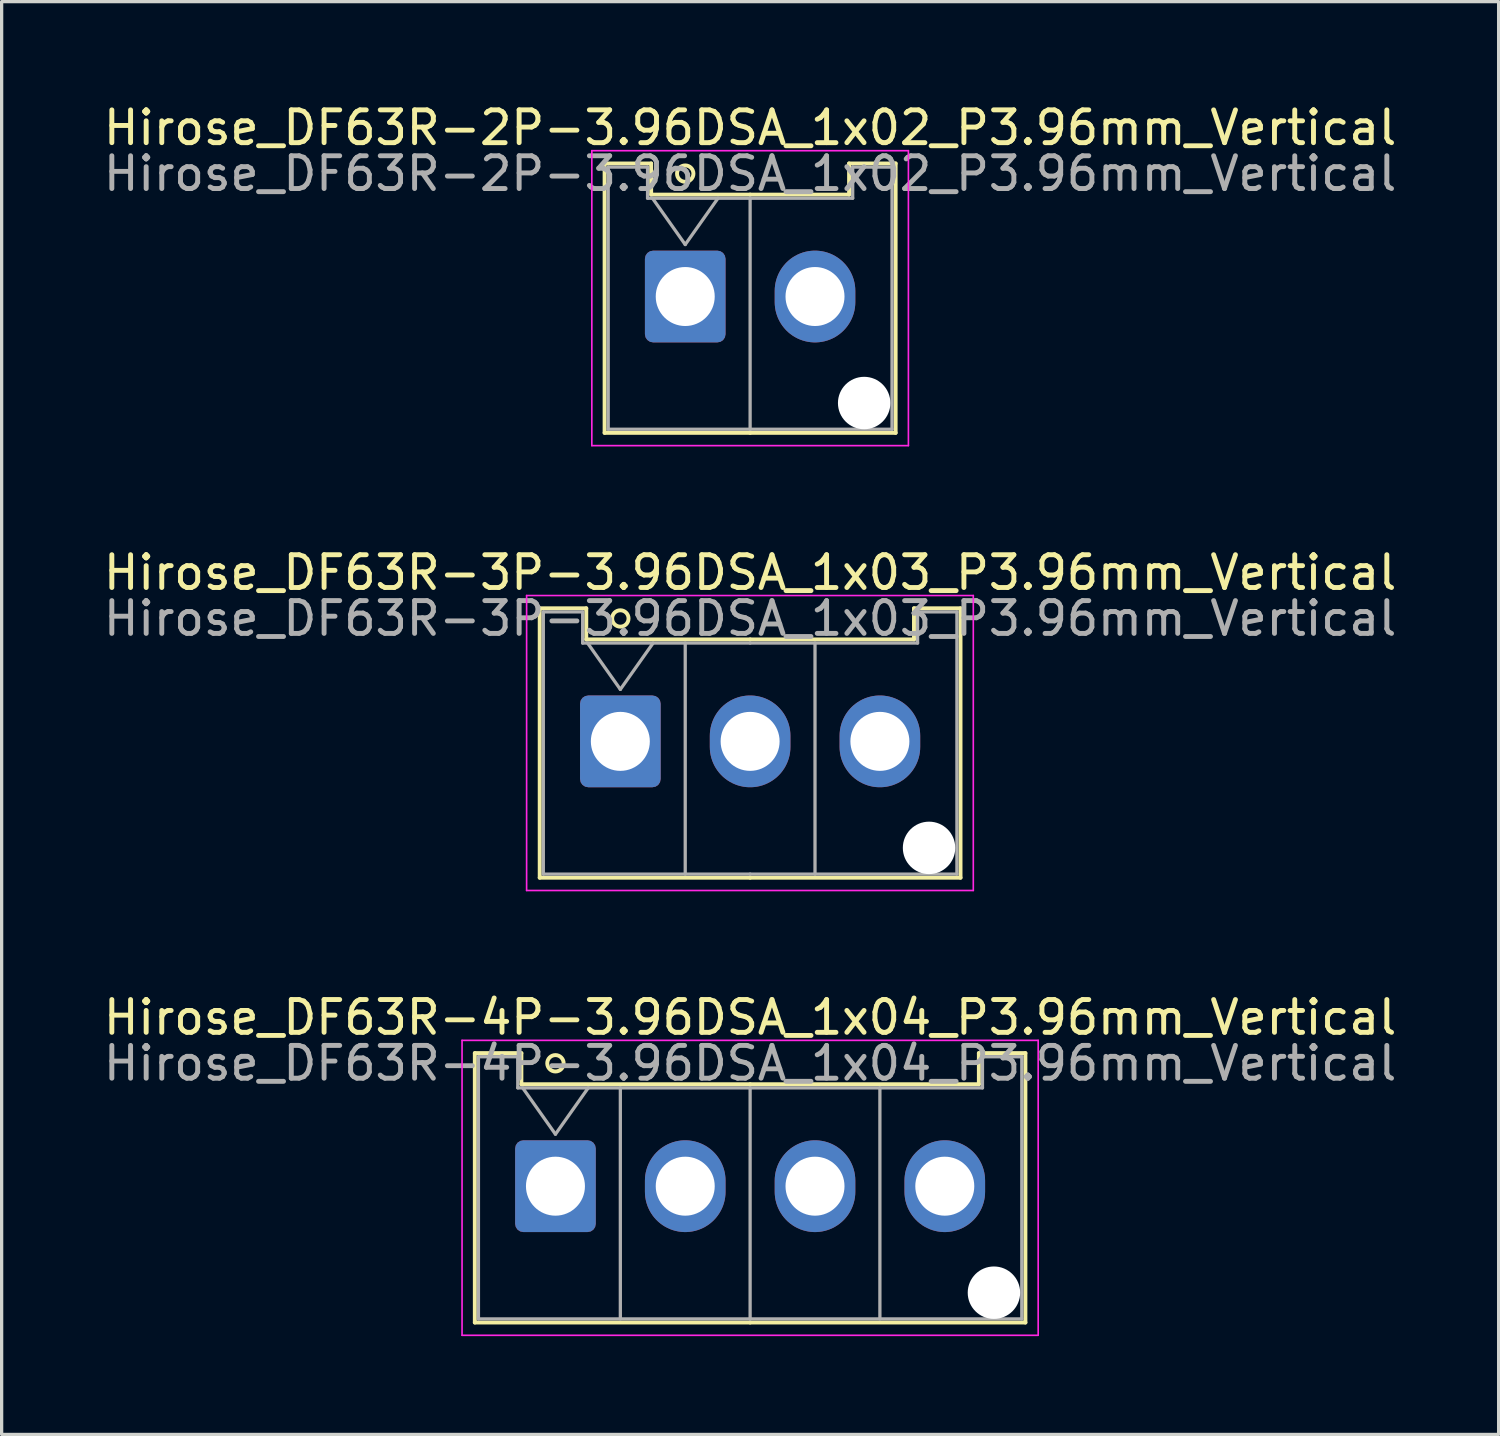
<source format=kicad_pcb>
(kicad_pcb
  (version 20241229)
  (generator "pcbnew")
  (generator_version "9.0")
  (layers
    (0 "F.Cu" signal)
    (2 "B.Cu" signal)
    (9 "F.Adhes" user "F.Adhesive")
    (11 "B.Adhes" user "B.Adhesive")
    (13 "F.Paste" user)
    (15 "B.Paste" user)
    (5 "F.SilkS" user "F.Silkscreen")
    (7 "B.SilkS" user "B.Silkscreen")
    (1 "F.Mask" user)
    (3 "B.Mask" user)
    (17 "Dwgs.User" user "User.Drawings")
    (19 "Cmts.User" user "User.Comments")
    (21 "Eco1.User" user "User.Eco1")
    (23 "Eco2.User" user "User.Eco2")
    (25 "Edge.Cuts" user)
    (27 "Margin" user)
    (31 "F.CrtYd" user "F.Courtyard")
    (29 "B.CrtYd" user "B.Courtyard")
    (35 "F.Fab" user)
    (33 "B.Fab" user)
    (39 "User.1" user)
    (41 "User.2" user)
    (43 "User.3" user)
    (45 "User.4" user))
  (footprint "Hirose_DF63R-2P-3.96DSA_1x02_P3.96mm_Vertical"
    (layer "F.Cu")
    (at 17.859 5.998)
    (property "Reference" "Hirose_DF63R-2P-3.96DSA_1x02_P3.96mm_Vertical" (at 1.98 -5.15 0) (layer "F.SilkS") (effects (font (size 1 1) (thickness 0.15))))
    (attr through_hole)
    (fp_line (start -2.46 -4.06) (end -1.04 -4.06) (stroke (width 0.12) (type solid)) (layer "F.SilkS"))
    (fp_line (start -2.46 4.16) (end -2.46 -4.06) (stroke (width 0.12) (type solid)) (layer "F.SilkS"))
    (fp_line (start -1.04 -4.06) (end -1.04 -3.11) (stroke (width 0.12) (type solid)) (layer "F.SilkS"))
    (fp_line (start -1.04 -3.11) (end 1.98 -3.11) (stroke (width 0.12) (type solid)) (layer "F.SilkS"))
    (fp_line (start 1.98 4.16) (end -2.46 4.16) (stroke (width 0.12) (type solid)) (layer "F.SilkS"))
    (fp_line (start 1.98 4.16) (end 6.42 4.16) (stroke (width 0.12) (type solid)) (layer "F.SilkS"))
    (fp_line (start 5 -4.06) (end 5 -3.11) (stroke (width 0.12) (type solid)) (layer "F.SilkS"))
    (fp_line (start 5 -3.11) (end 1.98 -3.11) (stroke (width 0.12) (type solid)) (layer "F.SilkS"))
    (fp_line (start 6.42 -4.06) (end 5 -4.06) (stroke (width 0.12) (type solid)) (layer "F.SilkS"))
    (fp_line (start 6.42 4.16) (end 6.42 -4.06) (stroke (width 0.12) (type solid)) (layer "F.SilkS"))
    (fp_circle (center 0 -3.75) (end 0.25 -3.75) (stroke (width 0.12) (type solid)) (fill no) (layer "F.SilkS"))
    (fp_line (start -2.85 -4.45) (end -2.85 4.55) (stroke (width 0.05) (type solid)) (layer "F.CrtYd"))
    (fp_line (start -2.85 4.55) (end 6.81 4.55) (stroke (width 0.05) (type solid)) (layer "F.CrtYd"))
    (fp_line (start 6.81 -4.45) (end -2.85 -4.45) (stroke (width 0.05) (type solid)) (layer "F.CrtYd"))
    (fp_line (start 6.81 4.55) (end 6.81 -4.45) (stroke (width 0.05) (type solid)) (layer "F.CrtYd"))
    (fp_line (start -2.35 -3.95) (end -1.15 -3.95) (stroke (width 0.1) (type solid)) (layer "F.Fab"))
    (fp_line (start -2.35 4.05) (end -2.35 -3.95) (stroke (width 0.1) (type solid)) (layer "F.Fab"))
    (fp_line (start -1.15 -3.95) (end -1.15 -3) (stroke (width 0.1) (type solid)) (layer "F.Fab"))
    (fp_line (start -1.15 -3) (end 1.98 -3) (stroke (width 0.1) (type solid)) (layer "F.Fab"))
    (fp_line (start -1 -3) (end 0 -1.586) (stroke (width 0.1) (type solid)) (layer "F.Fab"))
    (fp_line (start 0 -1.586) (end 1 -3) (stroke (width 0.1) (type solid)) (layer "F.Fab"))
    (fp_line (start 1.98 -3) (end 1.98 4.05) (stroke (width 0.1) (type solid)) (layer "F.Fab"))
    (fp_line (start 1.98 4.05) (end -2.35 4.05) (stroke (width 0.1) (type solid)) (layer "F.Fab"))
    (fp_line (start 1.98 4.05) (end 6.31 4.05) (stroke (width 0.1) (type solid)) (layer "F.Fab"))
    (fp_line (start 5.11 -3.95) (end 5.11 -3) (stroke (width 0.1) (type solid)) (layer "F.Fab"))
    (fp_line (start 5.11 -3) (end 1.98 -3) (stroke (width 0.1) (type solid)) (layer "F.Fab"))
    (fp_line (start 6.31 -3.95) (end 5.11 -3.95) (stroke (width 0.1) (type solid)) (layer "F.Fab"))
    (fp_line (start 6.31 4.05) (end 6.31 -3.95) (stroke (width 0.1) (type solid)) (layer "F.Fab"))
    (fp_text user "${REFERENCE}" (at 1.98 -3.75 0) (layer "F.Fab") (effects (font (size 1 1) (thickness 0.15))))
    (pad "" np_thru_hole circle (at 5.46 3.25) (size 1.6 1.6) (drill 1.6) (layers "*.Cu" "*.Mask"))
    (pad "1" thru_hole roundrect (at 0 0) (size 2.46 2.8) (drill 1.8) (layers "*.Cu" "*.Mask") (roundrect_rratio 0.102))
    (pad "2" thru_hole oval (at 3.96 0) (size 2.46 2.8) (drill 1.8) (layers "*.Cu" "*.Mask")))
  (footprint "Hirose_DF63R-3P-3.96DSA_1x03_P3.96mm_Vertical"
    (layer "F.Cu")
    (at 15.879 19.572)
    (property "Reference" "Hirose_DF63R-3P-3.96DSA_1x03_P3.96mm_Vertical" (at 3.96 -5.15 0) (layer "F.SilkS") (effects (font (size 1 1) (thickness 0.15))))
    (attr through_hole)
    (fp_line (start -2.46 -4.06) (end -1.04 -4.06) (stroke (width 0.12) (type solid)) (layer "F.SilkS"))
    (fp_line (start -2.46 4.16) (end -2.46 -4.06) (stroke (width 0.12) (type solid)) (layer "F.SilkS"))
    (fp_line (start -1.04 -4.06) (end -1.04 -3.11) (stroke (width 0.12) (type solid)) (layer "F.SilkS"))
    (fp_line (start -1.04 -3.11) (end 3.96 -3.11) (stroke (width 0.12) (type solid)) (layer "F.SilkS"))
    (fp_line (start 3.96 4.16) (end -2.46 4.16) (stroke (width 0.12) (type solid)) (layer "F.SilkS"))
    (fp_line (start 3.96 4.16) (end 10.38 4.16) (stroke (width 0.12) (type solid)) (layer "F.SilkS"))
    (fp_line (start 8.96 -4.06) (end 8.96 -3.11) (stroke (width 0.12) (type solid)) (layer "F.SilkS"))
    (fp_line (start 8.96 -3.11) (end 3.96 -3.11) (stroke (width 0.12) (type solid)) (layer "F.SilkS"))
    (fp_line (start 10.38 -4.06) (end 8.96 -4.06) (stroke (width 0.12) (type solid)) (layer "F.SilkS"))
    (fp_line (start 10.38 4.16) (end 10.38 -4.06) (stroke (width 0.12) (type solid)) (layer "F.SilkS"))
    (fp_circle (center 0 -3.75) (end 0.25 -3.75) (stroke (width 0.12) (type solid)) (fill no) (layer "F.SilkS"))
    (fp_line (start -2.86 -4.45) (end -2.86 4.55) (stroke (width 0.05) (type solid)) (layer "F.CrtYd"))
    (fp_line (start -2.86 4.55) (end 10.77 4.55) (stroke (width 0.05) (type solid)) (layer "F.CrtYd"))
    (fp_line (start 10.77 -4.45) (end -2.86 -4.45) (stroke (width 0.05) (type solid)) (layer "F.CrtYd"))
    (fp_line (start 10.77 4.55) (end 10.77 -4.45) (stroke (width 0.05) (type solid)) (layer "F.CrtYd"))
    (fp_line (start -2.35 -3.95) (end -1.15 -3.95) (stroke (width 0.1) (type solid)) (layer "F.Fab"))
    (fp_line (start -2.35 4.05) (end -2.35 -3.95) (stroke (width 0.1) (type solid)) (layer "F.Fab"))
    (fp_line (start -1.15 -3.95) (end -1.15 -3) (stroke (width 0.1) (type solid)) (layer "F.Fab"))
    (fp_line (start -1.15 -3) (end 3.96 -3) (stroke (width 0.1) (type solid)) (layer "F.Fab"))
    (fp_line (start -1 -3) (end 0 -1.586) (stroke (width 0.1) (type solid)) (layer "F.Fab"))
    (fp_line (start 0 -1.586) (end 1 -3) (stroke (width 0.1) (type solid)) (layer "F.Fab"))
    (fp_line (start 1.98 -3) (end 1.98 4.05) (stroke (width 0.1) (type solid)) (layer "F.Fab"))
    (fp_line (start 3.96 4.05) (end -2.35 4.05) (stroke (width 0.1) (type solid)) (layer "F.Fab"))
    (fp_line (start 3.96 4.05) (end 10.27 4.05) (stroke (width 0.1) (type solid)) (layer "F.Fab"))
    (fp_line (start 5.94 -3) (end 5.94 4.05) (stroke (width 0.1) (type solid)) (layer "F.Fab"))
    (fp_line (start 9.07 -3.95) (end 9.07 -3) (stroke (width 0.1) (type solid)) (layer "F.Fab"))
    (fp_line (start 9.07 -3) (end 3.96 -3) (stroke (width 0.1) (type solid)) (layer "F.Fab"))
    (fp_line (start 10.27 -3.95) (end 9.07 -3.95) (stroke (width 0.1) (type solid)) (layer "F.Fab"))
    (fp_line (start 10.27 4.05) (end 10.27 -3.95) (stroke (width 0.1) (type solid)) (layer "F.Fab"))
    (fp_text user "${REFERENCE}" (at 3.96 -3.75 0) (layer "F.Fab") (effects (font (size 1 1) (thickness 0.15))))
    (pad "" np_thru_hole circle (at 9.42 3.25) (size 1.6 1.6) (drill 1.6) (layers "*.Cu" "*.Mask"))
    (pad "1" thru_hole roundrect (at 0 0) (size 2.46 2.8) (drill 1.8) (layers "*.Cu" "*.Mask") (roundrect_rratio 0.102))
    (pad "2" thru_hole oval (at 3.96 0) (size 2.46 2.8) (drill 1.8) (layers "*.Cu" "*.Mask"))
    (pad "3" thru_hole oval (at 7.92 0) (size 2.46 2.8) (drill 1.8) (layers "*.Cu" "*.Mask")))
  (footprint "Hirose_DF63R-4P-3.96DSA_1x04_P3.96mm_Vertical"
    (layer "F.Cu")
    (at 13.899 33.145)
    (property "Reference" "Hirose_DF63R-4P-3.96DSA_1x04_P3.96mm_Vertical" (at 5.94 -5.15 0) (layer "F.SilkS") (effects (font (size 1 1) (thickness 0.15))))
    (attr through_hole)
    (fp_line (start -2.46 -4.06) (end -1.04 -4.06) (stroke (width 0.12) (type solid)) (layer "F.SilkS"))
    (fp_line (start -2.46 4.16) (end -2.46 -4.06) (stroke (width 0.12) (type solid)) (layer "F.SilkS"))
    (fp_line (start -1.04 -4.06) (end -1.04 -3.11) (stroke (width 0.12) (type solid)) (layer "F.SilkS"))
    (fp_line (start -1.04 -3.11) (end 5.94 -3.11) (stroke (width 0.12) (type solid)) (layer "F.SilkS"))
    (fp_line (start 5.94 4.16) (end -2.46 4.16) (stroke (width 0.12) (type solid)) (layer "F.SilkS"))
    (fp_line (start 5.94 4.16) (end 14.34 4.16) (stroke (width 0.12) (type solid)) (layer "F.SilkS"))
    (fp_line (start 12.92 -4.06) (end 12.92 -3.11) (stroke (width 0.12) (type solid)) (layer "F.SilkS"))
    (fp_line (start 12.92 -3.11) (end 5.94 -3.11) (stroke (width 0.12) (type solid)) (layer "F.SilkS"))
    (fp_line (start 14.34 -4.06) (end 12.92 -4.06) (stroke (width 0.12) (type solid)) (layer "F.SilkS"))
    (fp_line (start 14.34 4.16) (end 14.34 -4.06) (stroke (width 0.12) (type solid)) (layer "F.SilkS"))
    (fp_circle (center 0 -3.75) (end 0.25 -3.75) (stroke (width 0.12) (type solid)) (fill no) (layer "F.SilkS"))
    (fp_line (start -2.85 -4.45) (end -2.85 4.55) (stroke (width 0.05) (type solid)) (layer "F.CrtYd"))
    (fp_line (start -2.85 4.55) (end 14.73 4.55) (stroke (width 0.05) (type solid)) (layer "F.CrtYd"))
    (fp_line (start 14.73 -4.45) (end -2.85 -4.45) (stroke (width 0.05) (type solid)) (layer "F.CrtYd"))
    (fp_line (start 14.73 4.55) (end 14.73 -4.45) (stroke (width 0.05) (type solid)) (layer "F.CrtYd"))
    (fp_line (start -2.35 -3.95) (end -1.15 -3.95) (stroke (width 0.1) (type solid)) (layer "F.Fab"))
    (fp_line (start -2.35 4.05) (end -2.35 -3.95) (stroke (width 0.1) (type solid)) (layer "F.Fab"))
    (fp_line (start -1.15 -3.95) (end -1.15 -3) (stroke (width 0.1) (type solid)) (layer "F.Fab"))
    (fp_line (start -1.15 -3) (end 5.94 -3) (stroke (width 0.1) (type solid)) (layer "F.Fab"))
    (fp_line (start -1 -3) (end 0 -1.586) (stroke (width 0.1) (type solid)) (layer "F.Fab"))
    (fp_line (start 0 -1.586) (end 1 -3) (stroke (width 0.1) (type solid)) (layer "F.Fab"))
    (fp_line (start 1.98 -3) (end 1.98 4.05) (stroke (width 0.1) (type solid)) (layer "F.Fab"))
    (fp_line (start 5.94 -3) (end 5.94 4.05) (stroke (width 0.1) (type solid)) (layer "F.Fab"))
    (fp_line (start 5.94 4.05) (end -2.35 4.05) (stroke (width 0.1) (type solid)) (layer "F.Fab"))
    (fp_line (start 5.94 4.05) (end 14.23 4.05) (stroke (width 0.1) (type solid)) (layer "F.Fab"))
    (fp_line (start 9.9 -3) (end 9.9 4.05) (stroke (width 0.1) (type solid)) (layer "F.Fab"))
    (fp_line (start 13.03 -3.95) (end 13.03 -3) (stroke (width 0.1) (type solid)) (layer "F.Fab"))
    (fp_line (start 13.03 -3) (end 5.94 -3) (stroke (width 0.1) (type solid)) (layer "F.Fab"))
    (fp_line (start 14.23 -3.95) (end 13.03 -3.95) (stroke (width 0.1) (type solid)) (layer "F.Fab"))
    (fp_line (start 14.23 4.05) (end 14.23 -3.95) (stroke (width 0.1) (type solid)) (layer "F.Fab"))
    (fp_text user "${REFERENCE}" (at 5.94 -3.75 0) (layer "F.Fab") (effects (font (size 1 1) (thickness 0.15))))
    (pad "" np_thru_hole circle (at 13.38 3.25) (size 1.6 1.6) (drill 1.6) (layers "*.Cu" "*.Mask"))
    (pad "1" thru_hole roundrect (at 0 0) (size 2.46 2.8) (drill 1.8) (layers "*.Cu" "*.Mask") (roundrect_rratio 0.102))
    (pad "2" thru_hole oval (at 3.96 0) (size 2.46 2.8) (drill 1.8) (layers "*.Cu" "*.Mask"))
    (pad "3" thru_hole oval (at 7.92 0) (size 2.46 2.8) (drill 1.8) (layers "*.Cu" "*.Mask"))
    (pad "4" thru_hole oval (at 11.88 0) (size 2.46 2.8) (drill 1.8) (layers "*.Cu" "*.Mask")))
  (gr_rect
    (start -3 -3)
    (end 42.679 40.72)
    (stroke (width 0.1) (type default))
    (fill no)
    (layer "Edge.Cuts")))
</source>
